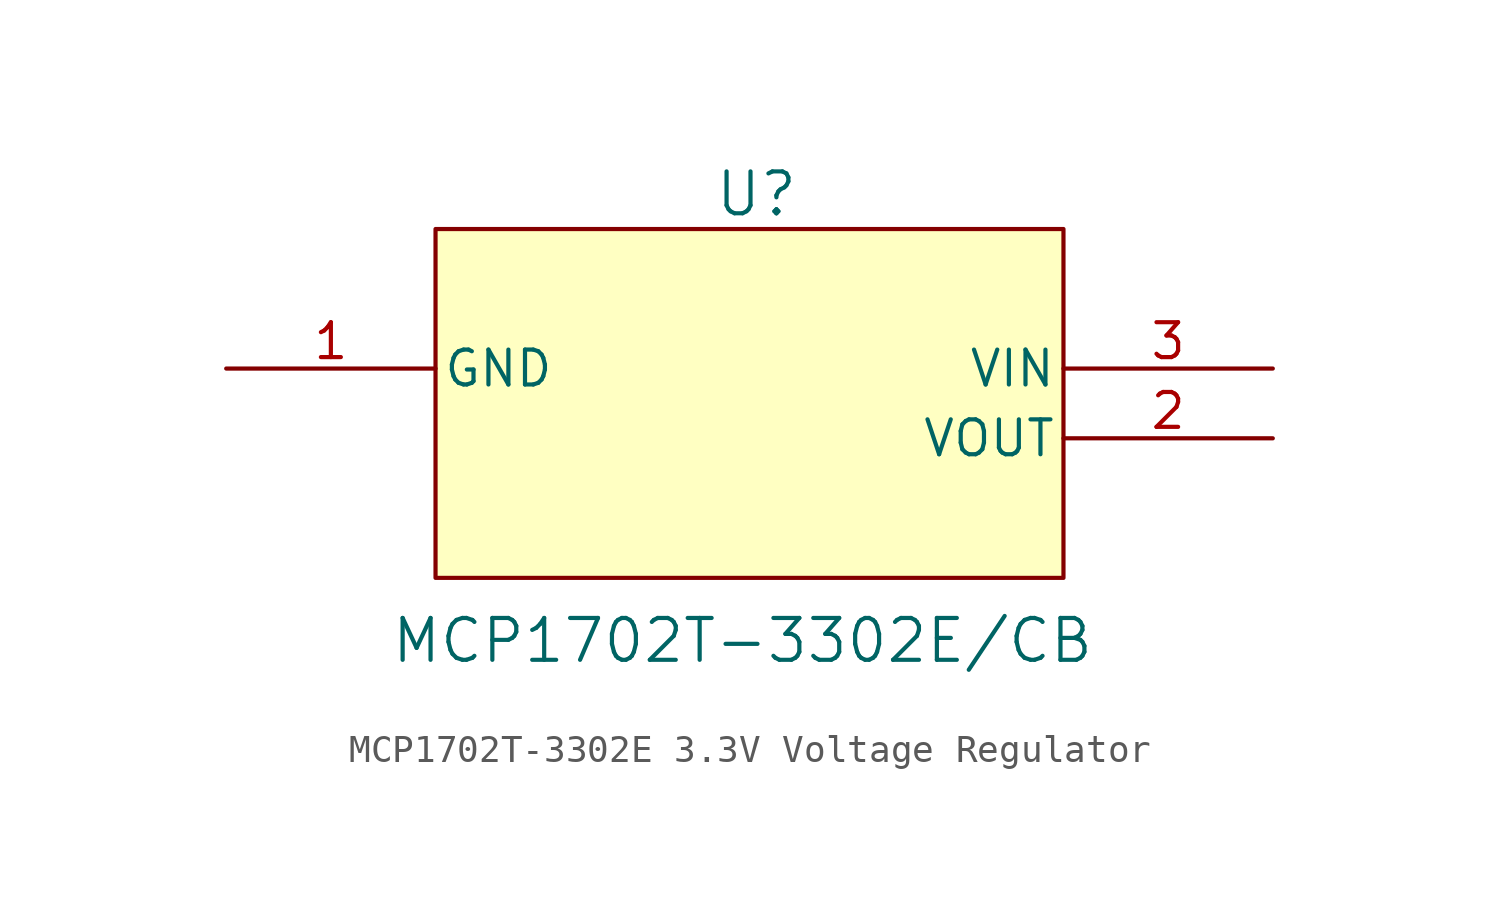
<source format=kicad_sym>
(kicad_symbol_lib
  (version 20241209)
  (generator "kicad_symbol_editor")
  (generator_version "9.0")
  (symbol "MCP1702T-3302E 3.3V Voltage Regulator"
    (pin_names
      (offset 0.254))
    (property "Reference" "U"
      (at 37.084 6.35 0)
      (effects (font (size 1.524 1.524))))
    (property "Value" "MCP1702T-3302E/CB"
      (at 36.576 -9.906 0)
      (effects (font (size 1.524 1.524))))
    (symbol "MCP1702T-3302E 3.3V Voltage Regulator_0_1"
      (pin unspecified line (at 17.78 0 0) (length 7.62) (name "GND" (effects (font (size 1.27 1.27)))) (number "1" (effects (font (size 1.27 1.27)))))
      (pin unspecified line (at 55.88 0 180) (length 7.62) (name "VIN" (effects (font (size 1.27 1.27)))) (number "3" (effects (font (size 1.27 1.27)))))
      (pin unspecified line (at 55.88 -2.54 180) (length 7.62) (name "VOUT" (effects (font (size 1.27 1.27)))) (number "2" (effects (font (size 1.27 1.27))))))
    (symbol "MCP1702T-3302E 3.3V Voltage Regulator_1_1"
      (rectangle (start 25.4 5.08) (end 48.26 -7.62) (stroke (width 0) (type solid)) (fill (type background))))))
</source>
